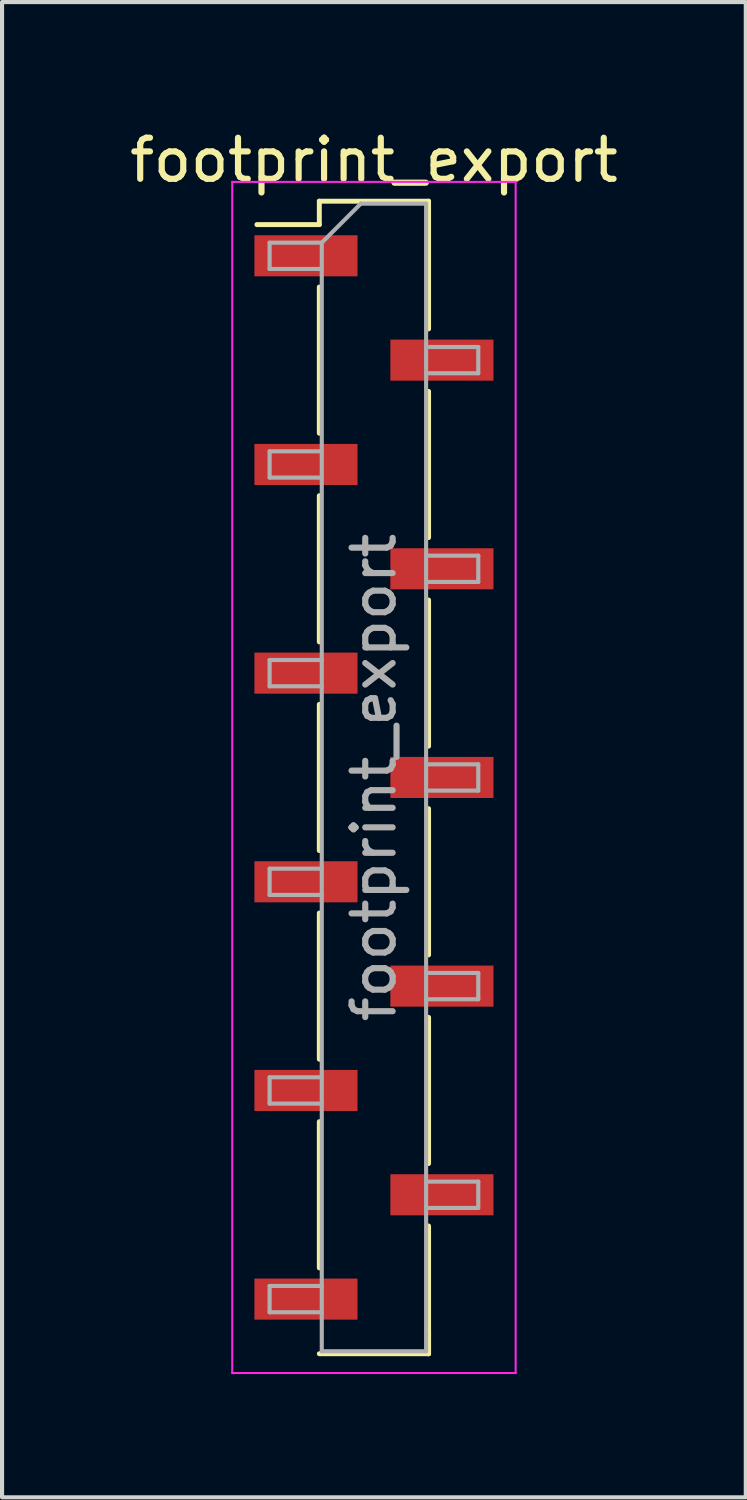
<source format=kicad_pcb>
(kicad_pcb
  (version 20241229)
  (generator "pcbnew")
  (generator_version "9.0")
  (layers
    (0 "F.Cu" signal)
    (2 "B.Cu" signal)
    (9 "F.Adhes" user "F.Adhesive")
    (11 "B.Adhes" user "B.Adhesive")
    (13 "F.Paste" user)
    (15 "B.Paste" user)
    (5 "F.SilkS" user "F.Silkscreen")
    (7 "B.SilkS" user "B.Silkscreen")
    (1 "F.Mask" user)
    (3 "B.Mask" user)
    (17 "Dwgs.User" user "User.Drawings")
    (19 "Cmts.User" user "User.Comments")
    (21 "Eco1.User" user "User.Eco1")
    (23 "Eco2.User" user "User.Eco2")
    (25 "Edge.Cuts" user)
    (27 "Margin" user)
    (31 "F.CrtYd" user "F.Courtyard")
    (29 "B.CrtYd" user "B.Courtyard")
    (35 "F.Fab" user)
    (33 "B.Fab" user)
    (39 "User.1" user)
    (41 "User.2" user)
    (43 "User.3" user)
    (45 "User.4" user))
  (footprint "footprint_export"
    (layer "F.Cu")
    (at 6.054 15.878)
    (property "Reference" "footprint_export" (at 0 -15.03 0) (layer "F.SilkS") (effects (font (size 1 1) (thickness 0.15))))
    (attr smd)
    (fp_line (start -1.33 -14.03) (end -1.33 -13.46) (stroke (width 0.12) (type solid)) (layer "F.SilkS"))
    (fp_line (start -1.33 -14.03) (end 1.33 -14.03) (stroke (width 0.12) (type solid)) (layer "F.SilkS"))
    (fp_line (start -1.33 -13.46) (end -2.85 -13.46) (stroke (width 0.12) (type solid)) (layer "F.SilkS"))
    (fp_line (start -1.33 -11.94) (end -1.33 -8.38) (stroke (width 0.12) (type solid)) (layer "F.SilkS"))
    (fp_line (start -1.33 -6.86) (end -1.33 -3.3) (stroke (width 0.12) (type solid)) (layer "F.SilkS"))
    (fp_line (start -1.33 -1.78) (end -1.33 1.78) (stroke (width 0.12) (type solid)) (layer "F.SilkS"))
    (fp_line (start -1.33 3.3) (end -1.33 6.86) (stroke (width 0.12) (type solid)) (layer "F.SilkS"))
    (fp_line (start -1.33 8.38) (end -1.33 11.94) (stroke (width 0.12) (type solid)) (layer "F.SilkS"))
    (fp_line (start -1.33 14.03) (end 1.33 14.03) (stroke (width 0.12) (type solid)) (layer "F.SilkS"))
    (fp_line (start 1.33 -14.03) (end 1.33 -10.92) (stroke (width 0.12) (type solid)) (layer "F.SilkS"))
    (fp_line (start 1.33 -9.4) (end 1.33 -5.84) (stroke (width 0.12) (type solid)) (layer "F.SilkS"))
    (fp_line (start 1.33 -4.32) (end 1.33 -0.76) (stroke (width 0.12) (type solid)) (layer "F.SilkS"))
    (fp_line (start 1.33 0.76) (end 1.33 4.32) (stroke (width 0.12) (type solid)) (layer "F.SilkS"))
    (fp_line (start 1.33 5.84) (end 1.33 9.4) (stroke (width 0.12) (type solid)) (layer "F.SilkS"))
    (fp_line (start 1.33 10.92) (end 1.33 14.03) (stroke (width 0.12) (type solid)) (layer "F.SilkS"))
    (fp_line (start 1.33 13.46) (end 1.33 14.03) (stroke (width 0.12) (type solid)) (layer "F.SilkS"))
    (fp_line (start -3.45 -14.5) (end -3.45 14.5) (stroke (width 0.05) (type solid)) (layer "F.CrtYd"))
    (fp_line (start -3.45 14.5) (end 3.45 14.5) (stroke (width 0.05) (type solid)) (layer "F.CrtYd"))
    (fp_line (start 3.45 -14.5) (end -3.45 -14.5) (stroke (width 0.05) (type solid)) (layer "F.CrtYd"))
    (fp_line (start 3.45 14.5) (end 3.45 -14.5) (stroke (width 0.05) (type solid)) (layer "F.CrtYd"))
    (fp_line (start -2.54 -13.02) (end -2.54 -12.38) (stroke (width 0.1) (type solid)) (layer "F.Fab"))
    (fp_line (start -2.54 -12.38) (end -1.27 -12.38) (stroke (width 0.1) (type solid)) (layer "F.Fab"))
    (fp_line (start -2.54 -7.94) (end -2.54 -7.3) (stroke (width 0.1) (type solid)) (layer "F.Fab"))
    (fp_line (start -2.54 -7.3) (end -1.27 -7.3) (stroke (width 0.1) (type solid)) (layer "F.Fab"))
    (fp_line (start -2.54 -2.86) (end -2.54 -2.22) (stroke (width 0.1) (type solid)) (layer "F.Fab"))
    (fp_line (start -2.54 -2.22) (end -1.27 -2.22) (stroke (width 0.1) (type solid)) (layer "F.Fab"))
    (fp_line (start -2.54 2.22) (end -2.54 2.86) (stroke (width 0.1) (type solid)) (layer "F.Fab"))
    (fp_line (start -2.54 2.86) (end -1.27 2.86) (stroke (width 0.1) (type solid)) (layer "F.Fab"))
    (fp_line (start -2.54 7.3) (end -2.54 7.94) (stroke (width 0.1) (type solid)) (layer "F.Fab"))
    (fp_line (start -2.54 7.94) (end -1.27 7.94) (stroke (width 0.1) (type solid)) (layer "F.Fab"))
    (fp_line (start -2.54 12.38) (end -2.54 13.02) (stroke (width 0.1) (type solid)) (layer "F.Fab"))
    (fp_line (start -2.54 13.02) (end -1.27 13.02) (stroke (width 0.1) (type solid)) (layer "F.Fab"))
    (fp_line (start -1.27 -13.02) (end -2.54 -13.02) (stroke (width 0.1) (type solid)) (layer "F.Fab"))
    (fp_line (start -1.27 -13.02) (end -0.32 -13.97) (stroke (width 0.1) (type solid)) (layer "F.Fab"))
    (fp_line (start -1.27 -7.94) (end -2.54 -7.94) (stroke (width 0.1) (type solid)) (layer "F.Fab"))
    (fp_line (start -1.27 -2.86) (end -2.54 -2.86) (stroke (width 0.1) (type solid)) (layer "F.Fab"))
    (fp_line (start -1.27 2.22) (end -2.54 2.22) (stroke (width 0.1) (type solid)) (layer "F.Fab"))
    (fp_line (start -1.27 7.3) (end -2.54 7.3) (stroke (width 0.1) (type solid)) (layer "F.Fab"))
    (fp_line (start -1.27 12.38) (end -2.54 12.38) (stroke (width 0.1) (type solid)) (layer "F.Fab"))
    (fp_line (start -1.27 13.97) (end -1.27 -13.02) (stroke (width 0.1) (type solid)) (layer "F.Fab"))
    (fp_line (start -0.32 -13.97) (end 1.27 -13.97) (stroke (width 0.1) (type solid)) (layer "F.Fab"))
    (fp_line (start 1.27 -13.97) (end 1.27 13.97) (stroke (width 0.1) (type solid)) (layer "F.Fab"))
    (fp_line (start 1.27 -10.48) (end 2.54 -10.48) (stroke (width 0.1) (type solid)) (layer "F.Fab"))
    (fp_line (start 1.27 -5.4) (end 2.54 -5.4) (stroke (width 0.1) (type solid)) (layer "F.Fab"))
    (fp_line (start 1.27 -0.32) (end 2.54 -0.32) (stroke (width 0.1) (type solid)) (layer "F.Fab"))
    (fp_line (start 1.27 4.76) (end 2.54 4.76) (stroke (width 0.1) (type solid)) (layer "F.Fab"))
    (fp_line (start 1.27 9.84) (end 2.54 9.84) (stroke (width 0.1) (type solid)) (layer "F.Fab"))
    (fp_line (start 1.27 13.97) (end -1.27 13.97) (stroke (width 0.1) (type solid)) (layer "F.Fab"))
    (fp_line (start 2.54 -10.48) (end 2.54 -9.84) (stroke (width 0.1) (type solid)) (layer "F.Fab"))
    (fp_line (start 2.54 -9.84) (end 1.27 -9.84) (stroke (width 0.1) (type solid)) (layer "F.Fab"))
    (fp_line (start 2.54 -5.4) (end 2.54 -4.76) (stroke (width 0.1) (type solid)) (layer "F.Fab"))
    (fp_line (start 2.54 -4.76) (end 1.27 -4.76) (stroke (width 0.1) (type solid)) (layer "F.Fab"))
    (fp_line (start 2.54 -0.32) (end 2.54 0.32) (stroke (width 0.1) (type solid)) (layer "F.Fab"))
    (fp_line (start 2.54 0.32) (end 1.27 0.32) (stroke (width 0.1) (type solid)) (layer "F.Fab"))
    (fp_line (start 2.54 4.76) (end 2.54 5.4) (stroke (width 0.1) (type solid)) (layer "F.Fab"))
    (fp_line (start 2.54 5.4) (end 1.27 5.4) (stroke (width 0.1) (type solid)) (layer "F.Fab"))
    (fp_line (start 2.54 9.84) (end 2.54 10.48) (stroke (width 0.1) (type solid)) (layer "F.Fab"))
    (fp_line (start 2.54 10.48) (end 1.27 10.48) (stroke (width 0.1) (type solid)) (layer "F.Fab"))
    (fp_text user "${REFERENCE}" (at 0 0 90) (layer "F.Fab") (effects (font (size 1 1) (thickness 0.15))))
    (pad "1" smd rect (at -1.655 -12.7) (size 2.51 1) (layers "F.Cu" "F.Mask" "F.Paste"))
    (pad "2" smd rect (at 1.655 -10.16) (size 2.51 1) (layers "F.Cu" "F.Mask" "F.Paste"))
    (pad "3" smd rect (at -1.655 -7.62) (size 2.51 1) (layers "F.Cu" "F.Mask" "F.Paste"))
    (pad "4" smd rect (at 1.655 -5.08) (size 2.51 1) (layers "F.Cu" "F.Mask" "F.Paste"))
    (pad "5" smd rect (at -1.655 -2.54) (size 2.51 1) (layers "F.Cu" "F.Mask" "F.Paste"))
    (pad "6" smd rect (at 1.655 0) (size 2.51 1) (layers "F.Cu" "F.Mask" "F.Paste"))
    (pad "7" smd rect (at -1.655 2.54) (size 2.51 1) (layers "F.Cu" "F.Mask" "F.Paste"))
    (pad "8" smd rect (at 1.655 5.08) (size 2.51 1) (layers "F.Cu" "F.Mask" "F.Paste"))
    (pad "9" smd rect (at -1.655 7.62) (size 2.51 1) (layers "F.Cu" "F.Mask" "F.Paste"))
    (pad "10" smd rect (at 1.655 10.16) (size 2.51 1) (layers "F.Cu" "F.Mask" "F.Paste"))
    (pad "11" smd rect (at -1.655 12.7) (size 2.51 1) (layers "F.Cu" "F.Mask" "F.Paste")))
  (gr_rect
    (start -3 -3)
    (end 15.107 33.403)
    (stroke (width 0.1) (type default))
    (fill no)
    (layer "Edge.Cuts")))
</source>
